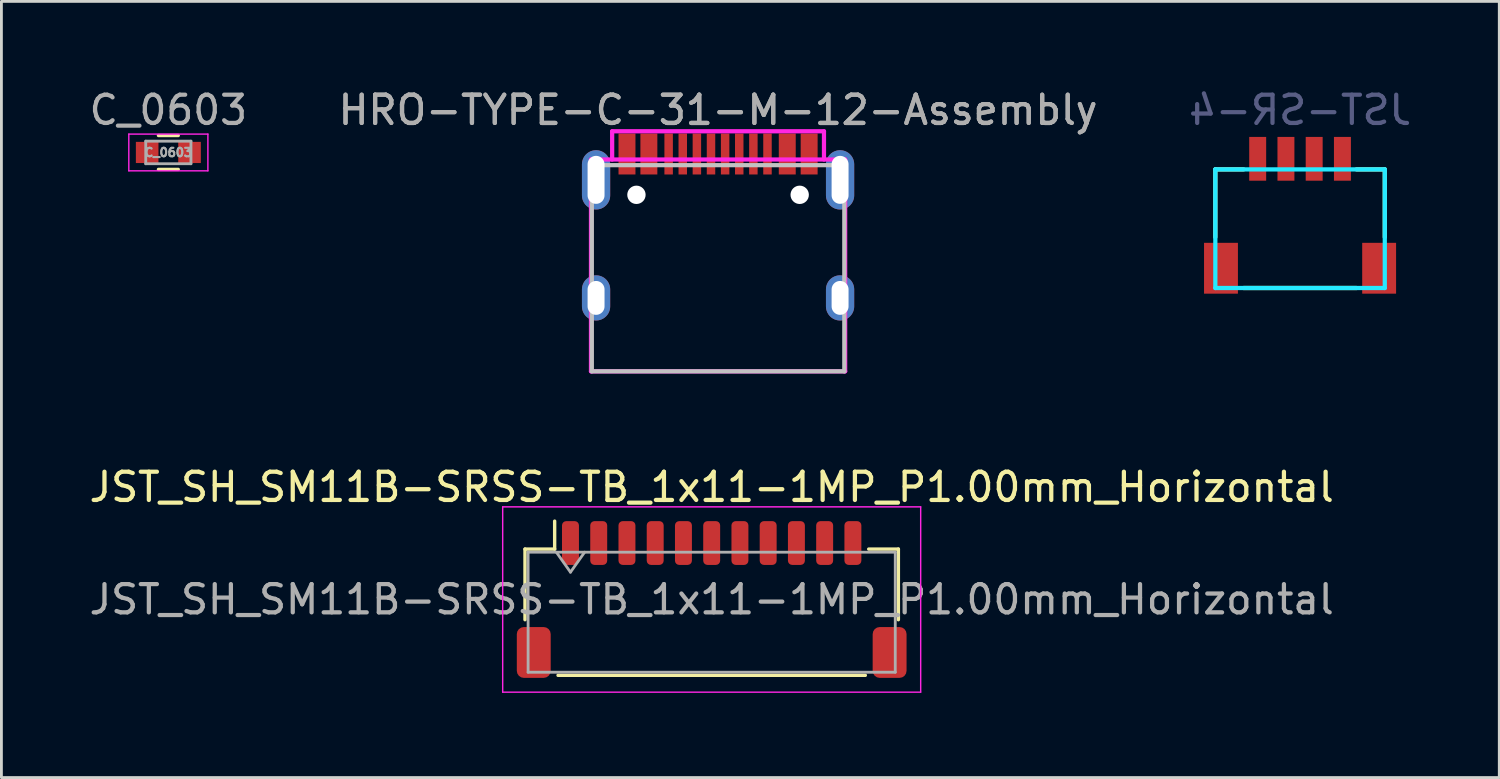
<source format=kicad_pcb>
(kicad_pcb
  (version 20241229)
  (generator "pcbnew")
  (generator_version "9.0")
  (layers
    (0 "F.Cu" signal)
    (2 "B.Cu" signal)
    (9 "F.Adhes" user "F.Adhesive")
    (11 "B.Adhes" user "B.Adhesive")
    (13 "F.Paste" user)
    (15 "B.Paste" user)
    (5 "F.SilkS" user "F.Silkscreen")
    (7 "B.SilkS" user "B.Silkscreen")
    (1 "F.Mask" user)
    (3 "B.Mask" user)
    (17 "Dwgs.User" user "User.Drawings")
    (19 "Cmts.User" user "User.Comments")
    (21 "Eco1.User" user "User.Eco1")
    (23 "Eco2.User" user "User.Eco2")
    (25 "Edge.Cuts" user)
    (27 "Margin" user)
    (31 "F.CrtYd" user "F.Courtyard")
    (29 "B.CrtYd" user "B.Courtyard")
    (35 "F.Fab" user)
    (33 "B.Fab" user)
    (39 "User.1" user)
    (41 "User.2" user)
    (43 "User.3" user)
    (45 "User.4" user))
  (footprint "JST_SH_SM11B-SRSS-TB_1x11-1MP_P1.00mm_Horizontal"
    (layer "F.Cu")
    (at 22.149 18.177)
    (property "Reference" "JST_SH_SM11B-SRSS-TB_1x11-1MP_P1.00mm_Horizontal" (at 0 -3.98 0) (layer "F.SilkS") (effects (font (size 1 1) (thickness 0.15))))
    (attr smd)
    (fp_line (start -6.61 -1.785) (end -5.56 -1.785) (stroke (width 0.12) (type solid)) (layer "F.SilkS"))
    (fp_line (start -6.61 0.715) (end -6.61 -1.785) (stroke (width 0.12) (type solid)) (layer "F.SilkS"))
    (fp_line (start -5.56 -1.785) (end -5.56 -2.775) (stroke (width 0.12) (type solid)) (layer "F.SilkS"))
    (fp_line (start -5.44 2.685) (end 5.44 2.685) (stroke (width 0.12) (type solid)) (layer "F.SilkS"))
    (fp_line (start 6.61 -1.785) (end 5.56 -1.785) (stroke (width 0.12) (type solid)) (layer "F.SilkS"))
    (fp_line (start 6.61 0.715) (end 6.61 -1.785) (stroke (width 0.12) (type solid)) (layer "F.SilkS"))
    (fp_line (start -7.4 -3.28) (end -7.4 3.28) (stroke (width 0.05) (type solid)) (layer "F.CrtYd"))
    (fp_line (start -7.4 3.28) (end 7.4 3.28) (stroke (width 0.05) (type solid)) (layer "F.CrtYd"))
    (fp_line (start 7.4 -3.28) (end -7.4 -3.28) (stroke (width 0.05) (type solid)) (layer "F.CrtYd"))
    (fp_line (start 7.4 3.28) (end 7.4 -3.28) (stroke (width 0.05) (type solid)) (layer "F.CrtYd"))
    (fp_line (start -6.5 -1.675) (end -6.5 2.575) (stroke (width 0.1) (type solid)) (layer "F.Fab"))
    (fp_line (start -6.5 -1.675) (end 6.5 -1.675) (stroke (width 0.1) (type solid)) (layer "F.Fab"))
    (fp_line (start -6.5 2.575) (end 6.5 2.575) (stroke (width 0.1) (type solid)) (layer "F.Fab"))
    (fp_line (start -5.5 -1.675) (end -5 -0.968) (stroke (width 0.1) (type solid)) (layer "F.Fab"))
    (fp_line (start -5 -0.968) (end -4.5 -1.675) (stroke (width 0.1) (type solid)) (layer "F.Fab"))
    (fp_line (start 6.5 -1.675) (end 6.5 2.575) (stroke (width 0.1) (type solid)) (layer "F.Fab"))
    (fp_text user "${REFERENCE}" (at 0 0 0) (layer "F.Fab") (effects (font (size 1 1) (thickness 0.15))))
    (pad "1" smd roundrect (at -5 -2) (size 0.6 1.55) (layers "F.Cu" "F.Mask" "F.Paste") (roundrect_rratio 0.25))
    (pad "2" smd roundrect (at -4 -2) (size 0.6 1.55) (layers "F.Cu" "F.Mask" "F.Paste") (roundrect_rratio 0.25))
    (pad "3" smd roundrect (at -3 -2) (size 0.6 1.55) (layers "F.Cu" "F.Mask" "F.Paste") (roundrect_rratio 0.25))
    (pad "4" smd roundrect (at -2 -2) (size 0.6 1.55) (layers "F.Cu" "F.Mask" "F.Paste") (roundrect_rratio 0.25))
    (pad "5" smd roundrect (at -1 -2) (size 0.6 1.55) (layers "F.Cu" "F.Mask" "F.Paste") (roundrect_rratio 0.25))
    (pad "6" smd roundrect (at 0 -2) (size 0.6 1.55) (layers "F.Cu" "F.Mask" "F.Paste") (roundrect_rratio 0.25))
    (pad "7" smd roundrect (at 1 -2) (size 0.6 1.55) (layers "F.Cu" "F.Mask" "F.Paste") (roundrect_rratio 0.25))
    (pad "8" smd roundrect (at 2 -2) (size 0.6 1.55) (layers "F.Cu" "F.Mask" "F.Paste") (roundrect_rratio 0.25))
    (pad "9" smd roundrect (at 3 -2) (size 0.6 1.55) (layers "F.Cu" "F.Mask" "F.Paste") (roundrect_rratio 0.25))
    (pad "10" smd roundrect (at 4 -2) (size 0.6 1.55) (layers "F.Cu" "F.Mask" "F.Paste") (roundrect_rratio 0.25))
    (pad "11" smd roundrect (at 5 -2) (size 0.6 1.55) (layers "F.Cu" "F.Mask" "F.Paste") (roundrect_rratio 0.25))
    (pad "MP" smd roundrect (at -6.3 1.875) (size 1.2 1.8) (layers "F.Cu" "F.Mask" "F.Paste") (roundrect_rratio 0.208))
    (pad "MP" smd roundrect (at 6.3 1.875) (size 1.2 1.8) (layers "F.Cu" "F.Mask" "F.Paste") (roundrect_rratio 0.208)))
  (footprint "HRO-TYPE-C-31-M-12-Assembly"
    (layer "F.Cu")
    (at 22.375 10.098)
    (property "Reference" "HRO-TYPE-C-31-M-12-Assembly" (at 0 -9.25 180) (layer "F.Fab") (effects (font (size 1 1) (thickness 0.15))))
    (attr smd)
    (fp_line (start -4.47 -7.3) (end 4.47 -7.3) (stroke (width 0.15) (type solid)) (layer "Dwgs.User"))
    (fp_line (start -4.47 0) (end -4.47 -7.3) (stroke (width 0.15) (type solid)) (layer "Dwgs.User"))
    (fp_line (start -4.47 0) (end 4.47 0) (stroke (width 0.15) (type solid)) (layer "Dwgs.User"))
    (fp_line (start 4.47 0) (end 4.47 -7.3) (stroke (width 0.15) (type solid)) (layer "Dwgs.User"))
    (fp_line (start -4.5 -7.5) (end 4.5 -7.5) (stroke (width 0.15) (type solid)) (layer "F.CrtYd"))
    (fp_line (start -4.5 0) (end -4.5 -7.5) (stroke (width 0.15) (type solid)) (layer "F.CrtYd"))
    (fp_line (start -3.75 -8.5) (end 3.75 -8.5) (stroke (width 0.15) (type solid)) (layer "F.CrtYd"))
    (fp_line (start -3.75 -7.5) (end -3.75 -8.5) (stroke (width 0.15) (type solid)) (layer "F.CrtYd"))
    (fp_line (start 3.75 -8.5) (end 3.75 -7.5) (stroke (width 0.15) (type solid)) (layer "F.CrtYd"))
    (fp_line (start 4.5 -7.5) (end 4.5 0) (stroke (width 0.15) (type solid)) (layer "F.CrtYd"))
    (fp_line (start 4.5 0) (end -4.5 0) (stroke (width 0.15) (type solid)) (layer "F.CrtYd"))
    (fp_text user "${REFERENCE}" (at 0 -9.25 180) (layer "F.Fab") (effects (font (size 1 1) (thickness 0.15))))
    (pad "" np_thru_hole circle (at -2.89 -6.25) (size 0.65 0.65) (drill 0.65) (layers "*.Cu" "*.Mask"))
    (pad "" np_thru_hole circle (at 2.89 -6.25) (size 0.65 0.65) (drill 0.65) (layers "*.Cu" "*.Mask"))
    (pad "1" smd rect (at -3.225 -7.695) (size 0.6 1.45) (layers "F.Cu" "F.Mask" "F.Paste"))
    (pad "2" smd rect (at -2.45 -7.695) (size 0.6 1.45) (layers "F.Cu" "F.Mask" "F.Paste"))
    (pad "3" smd rect (at -1.75 -7.695) (size 0.3 1.45) (layers "F.Cu" "F.Mask" "F.Paste"))
    (pad "4" smd rect (at -1.25 -7.695) (size 0.3 1.45) (layers "F.Cu" "F.Mask" "F.Paste"))
    (pad "5" smd rect (at -0.75 -7.695) (size 0.3 1.45) (layers "F.Cu" "F.Mask" "F.Paste"))
    (pad "6" smd rect (at -0.25 -7.695) (size 0.3 1.45) (layers "F.Cu" "F.Mask" "F.Paste"))
    (pad "7" smd rect (at 0.25 -7.695) (size 0.3 1.45) (layers "F.Cu" "F.Mask" "F.Paste"))
    (pad "8" smd rect (at 0.75 -7.695) (size 0.3 1.45) (layers "F.Cu" "F.Mask" "F.Paste"))
    (pad "9" smd rect (at 1.25 -7.695) (size 0.3 1.45) (layers "F.Cu" "F.Mask" "F.Paste"))
    (pad "10" smd rect (at 1.75 -7.695) (size 0.3 1.45) (layers "F.Cu" "F.Mask" "F.Paste"))
    (pad "11" smd rect (at 2.45 -7.695) (size 0.6 1.45) (layers "F.Cu" "F.Mask" "F.Paste"))
    (pad "12" smd rect (at 3.225 -7.695) (size 0.6 1.45) (layers "F.Cu" "F.Mask" "F.Paste"))
    (pad "13" thru_hole oval (at -4.32 -6.78) (size 1 2.1) (drill oval 0.6 1.7) (layers "*.Cu" "*.Mask" "F.Paste"))
    (pad "13" thru_hole oval (at -4.32 -2.6) (size 1 1.6) (drill oval 0.6 1.2) (layers "*.Cu" "*.Mask" "F.Paste"))
    (pad "13" thru_hole oval (at 4.32 -6.78) (size 1 2.1) (drill oval 0.6 1.7) (layers "*.Cu" "*.Mask" "F.Paste"))
    (pad "13" thru_hole oval (at 4.32 -2.6) (size 1 1.6) (drill oval 0.6 1.2) (layers "*.Cu" "*.Mask" "F.Paste")))
  (footprint "C_0603"
    (layer "F.Cu")
    (at 2.911 2.348)
    (property "Reference" "C_0603" (at 0 -1.5 0) (layer "F.Fab") (effects (font (size 1 1) (thickness 0.15))))
    (attr smd)
    (fp_line (start -0.35 -0.6) (end 0.35 -0.6) (stroke (width 0.12) (type solid)) (layer "F.SilkS"))
    (fp_line (start 0.35 0.6) (end -0.35 0.6) (stroke (width 0.12) (type solid)) (layer "F.SilkS"))
    (fp_line (start -1.4 -0.65) (end -1.4 0.65) (stroke (width 0.05) (type solid)) (layer "F.CrtYd"))
    (fp_line (start -1.4 -0.65) (end 1.4 -0.65) (stroke (width 0.05) (type solid)) (layer "F.CrtYd"))
    (fp_line (start 1.4 0.65) (end -1.4 0.65) (stroke (width 0.05) (type solid)) (layer "F.CrtYd"))
    (fp_line (start 1.4 0.65) (end 1.4 -0.65) (stroke (width 0.05) (type solid)) (layer "F.CrtYd"))
    (fp_line (start -0.8 -0.4) (end 0.8 -0.4) (stroke (width 0.1) (type solid)) (layer "F.Fab"))
    (fp_line (start -0.8 0.4) (end -0.8 -0.4) (stroke (width 0.1) (type solid)) (layer "F.Fab"))
    (fp_line (start 0.8 -0.4) (end 0.8 0.4) (stroke (width 0.1) (type solid)) (layer "F.Fab"))
    (fp_line (start 0.8 0.4) (end -0.8 0.4) (stroke (width 0.1) (type solid)) (layer "F.Fab"))
    (fp_text user "${REFERENCE}" (at 0 0 0) (layer "F.Fab") (effects (font (size 0.3 0.3) (thickness 0.075))))
    (pad "1" smd rect (at -0.75 0) (size 0.8 0.75) (layers "F.Cu" "F.Mask" "F.Paste"))
    (pad "2" smd rect (at 0.75 0) (size 0.8 0.75) (layers "F.Cu" "F.Mask" "F.Paste")))
  (footprint "JST-SR-4"
    (layer "F.Cu")
    (at 42.982 7.348)
    (property "Reference" "JST-SR-4" (at 0 -6.5 180) (layer "B.Fab") (effects (font (size 1 1) (thickness 0.15)) (justify mirror)))
    (attr smd)
    (fp_line (start -3 -4.4) (end -2 -4.4) (stroke (width 0.15) (type solid)) (layer "F.SilkS"))
    (fp_line (start -3 -2) (end -3 -4.4) (stroke (width 0.15) (type solid)) (layer "F.SilkS"))
    (fp_line (start 2 -4.4) (end 3 -4.4) (stroke (width 0.15) (type solid)) (layer "F.SilkS"))
    (fp_line (start 2 -0.2) (end -2 -0.2) (stroke (width 0.15) (type solid)) (layer "F.SilkS"))
    (fp_line (start 3 -4.4) (end 3 -2) (stroke (width 0.15) (type solid)) (layer "F.SilkS"))
    (fp_line (start -3 -4.4) (end 3 -4.4) (stroke (width 0.15) (type solid)) (layer "B.CrtYd"))
    (fp_line (start -3 -0.2) (end -3 -4.4) (stroke (width 0.15) (type solid)) (layer "B.CrtYd"))
    (fp_line (start 3 -4.4) (end 3 -0.2) (stroke (width 0.15) (type solid)) (layer "B.CrtYd"))
    (fp_line (start 3 -0.2) (end -3 -0.2) (stroke (width 0.15) (type solid)) (layer "B.CrtYd"))
    (pad "" smd rect (at -2.8 -0.9) (size 1.2 1.8) (layers "F.Cu" "F.Mask" "F.Paste"))
    (pad "" smd rect (at 2.8 -0.9) (size 1.2 1.8) (layers "F.Cu" "F.Mask" "F.Paste"))
    (pad "1" smd rect (at -1.5 -4.775) (size 0.6 1.55) (layers "F.Cu" "F.Mask" "F.Paste"))
    (pad "2" smd rect (at -0.5 -4.775) (size 0.6 1.55) (layers "F.Cu" "F.Mask" "F.Paste"))
    (pad "3" smd rect (at 0.5 -4.775) (size 0.6 1.55) (layers "F.Cu" "F.Mask" "F.Paste"))
    (pad "4" smd rect (at 1.5 -4.775) (size 0.6 1.55) (layers "F.Cu" "F.Mask" "F.Paste")))
  (gr_rect
    (start -3 -3)
    (end 50.036 24.482)
    (stroke (width 0.1) (type default))
    (fill no)
    (layer "Edge.Cuts")))
</source>
